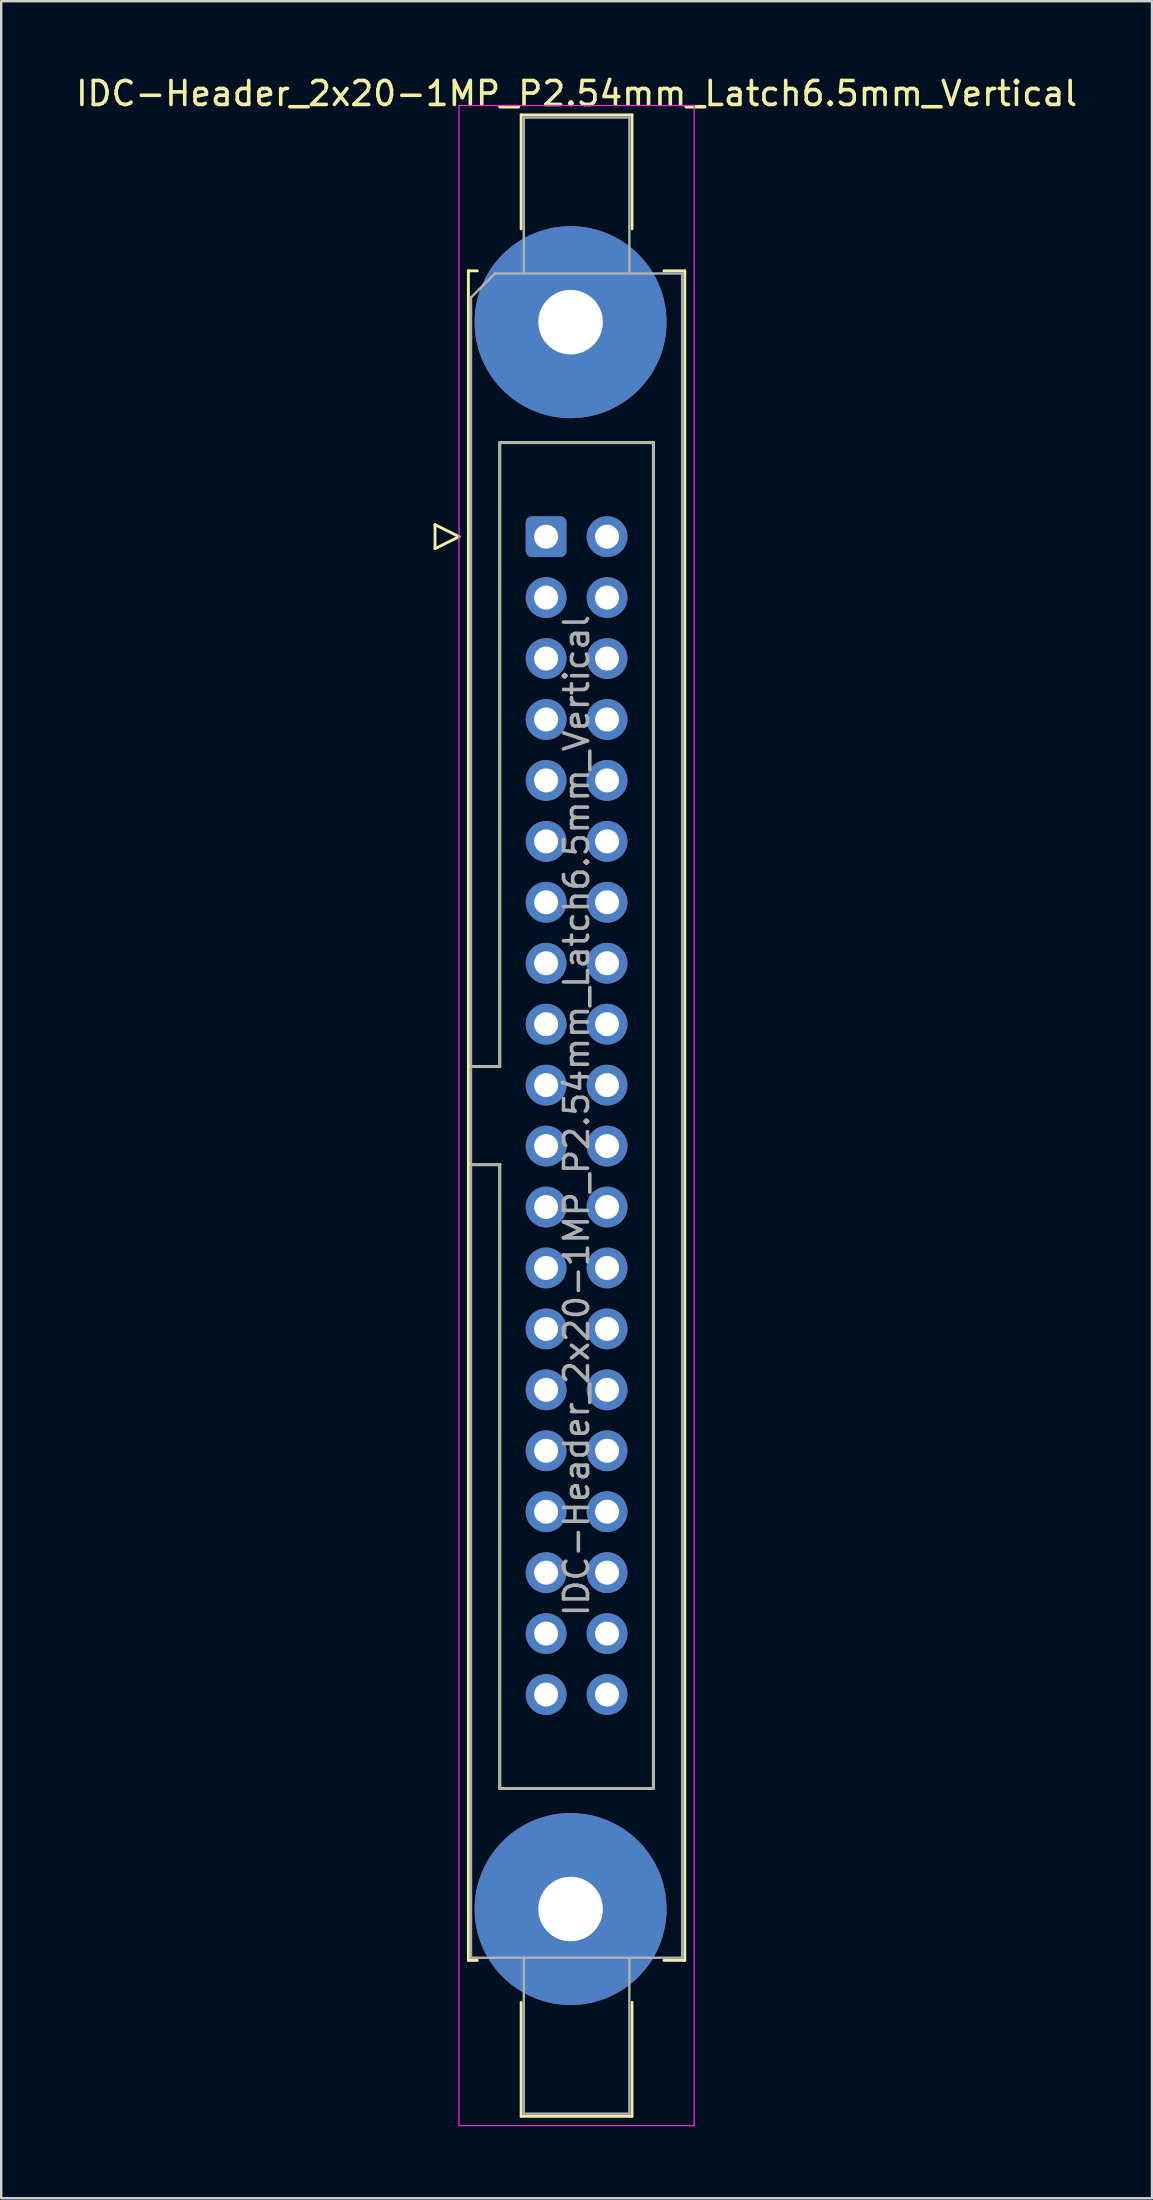
<source format=kicad_pcb>
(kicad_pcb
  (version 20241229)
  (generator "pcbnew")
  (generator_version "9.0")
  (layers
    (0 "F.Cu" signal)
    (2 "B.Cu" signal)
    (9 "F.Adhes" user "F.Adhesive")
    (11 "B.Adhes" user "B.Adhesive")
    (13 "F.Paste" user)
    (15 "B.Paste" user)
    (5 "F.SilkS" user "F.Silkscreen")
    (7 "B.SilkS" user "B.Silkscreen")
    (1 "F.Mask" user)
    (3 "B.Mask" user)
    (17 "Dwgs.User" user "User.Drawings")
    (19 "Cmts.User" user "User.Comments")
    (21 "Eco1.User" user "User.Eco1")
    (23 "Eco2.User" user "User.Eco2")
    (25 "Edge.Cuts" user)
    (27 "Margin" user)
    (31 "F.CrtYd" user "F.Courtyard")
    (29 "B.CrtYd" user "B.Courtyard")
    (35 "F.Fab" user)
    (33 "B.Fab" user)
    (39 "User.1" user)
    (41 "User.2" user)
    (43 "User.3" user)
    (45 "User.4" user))
  (footprint "IDC-Header_2x20-1MP_P2.54mm_Latch6.5mm_Vertical"
    (layer "F.Cu")
    (at 19.712 19.318)
    (property "Reference" "IDC-Header_2x20-1MP_P2.54mm_Latch6.5mm_Vertical" (at 1.27 -18.47 0) (layer "F.SilkS") (effects (font (size 1 1) (thickness 0.15))))
    (attr through_hole)
    (fp_line (start -4.63 -0.5) (end -4.63 0.5) (stroke (width 0.12) (type solid)) (layer "F.SilkS"))
    (fp_line (start -4.63 0.5) (end -3.63 0) (stroke (width 0.12) (type solid)) (layer "F.SilkS"))
    (fp_line (start -3.63 0) (end -4.63 -0.5) (stroke (width 0.12) (type solid)) (layer "F.SilkS"))
    (fp_line (start -3.24 -11.08) (end -3.24 59.34) (stroke (width 0.12) (type solid)) (layer "F.SilkS"))
    (fp_line (start -3.24 22.08) (end -1.93 22.08) (stroke (width 0.12) (type solid)) (layer "F.SilkS"))
    (fp_line (start -3.24 59.34) (end -2.87 59.34) (stroke (width 0.12) (type solid)) (layer "F.SilkS"))
    (fp_line (start -2.87 -11.08) (end -3.24 -11.08) (stroke (width 0.12) (type solid)) (layer "F.SilkS"))
    (fp_line (start -1.93 -3.92) (end 4.47 -3.92) (stroke (width 0.12) (type solid)) (layer "F.SilkS"))
    (fp_line (start -1.93 22.08) (end -1.93 -3.92) (stroke (width 0.12) (type solid)) (layer "F.SilkS"))
    (fp_line (start -1.93 26.18) (end -3.24 26.18) (stroke (width 0.12) (type solid)) (layer "F.SilkS"))
    (fp_line (start -1.93 26.18) (end -1.93 26.18) (stroke (width 0.12) (type solid)) (layer "F.SilkS"))
    (fp_line (start -1.93 52.18) (end -1.93 26.18) (stroke (width 0.12) (type solid)) (layer "F.SilkS"))
    (fp_line (start -1.04 -17.58) (end 3.58 -17.58) (stroke (width 0.12) (type solid)) (layer "F.SilkS"))
    (fp_line (start -1.04 -12.83) (end -1.04 -17.58) (stroke (width 0.12) (type solid)) (layer "F.SilkS"))
    (fp_line (start -1.04 61.09) (end -1.04 65.84) (stroke (width 0.12) (type solid)) (layer "F.SilkS"))
    (fp_line (start -1.04 65.84) (end 3.58 65.84) (stroke (width 0.12) (type solid)) (layer "F.SilkS"))
    (fp_line (start 3.58 -17.58) (end 3.58 -12.83) (stroke (width 0.12) (type solid)) (layer "F.SilkS"))
    (fp_line (start 3.58 65.84) (end 3.58 61.09) (stroke (width 0.12) (type solid)) (layer "F.SilkS"))
    (fp_line (start 4.47 -3.92) (end 4.47 52.18) (stroke (width 0.12) (type solid)) (layer "F.SilkS"))
    (fp_line (start 4.47 52.18) (end -1.93 52.18) (stroke (width 0.12) (type solid)) (layer "F.SilkS"))
    (fp_line (start 4.91 -11.08) (end 5.78 -11.08) (stroke (width 0.12) (type solid)) (layer "F.SilkS"))
    (fp_line (start 5.78 -11.08) (end 5.78 59.34) (stroke (width 0.12) (type solid)) (layer "F.SilkS"))
    (fp_line (start 5.78 59.34) (end 4.91 59.34) (stroke (width 0.12) (type solid)) (layer "F.SilkS"))
    (fp_line (start -3.63 -17.97) (end -3.63 66.23) (stroke (width 0.05) (type solid)) (layer "F.CrtYd"))
    (fp_line (start -3.63 66.23) (end 6.17 66.23) (stroke (width 0.05) (type solid)) (layer "F.CrtYd"))
    (fp_line (start 6.17 -17.97) (end -3.63 -17.97) (stroke (width 0.05) (type solid)) (layer "F.CrtYd"))
    (fp_line (start 6.17 66.23) (end 6.17 -17.97) (stroke (width 0.05) (type solid)) (layer "F.CrtYd"))
    (fp_line (start -3.13 -9.97) (end -2.13 -10.97) (stroke (width 0.1) (type solid)) (layer "F.Fab"))
    (fp_line (start -3.13 22.08) (end -1.93 22.08) (stroke (width 0.1) (type solid)) (layer "F.Fab"))
    (fp_line (start -3.13 59.23) (end -3.13 -9.97) (stroke (width 0.1) (type solid)) (layer "F.Fab"))
    (fp_line (start -2.13 -10.97) (end 5.67 -10.97) (stroke (width 0.1) (type solid)) (layer "F.Fab"))
    (fp_line (start -1.93 -3.92) (end 4.47 -3.92) (stroke (width 0.1) (type solid)) (layer "F.Fab"))
    (fp_line (start -1.93 22.08) (end -1.93 -3.92) (stroke (width 0.1) (type solid)) (layer "F.Fab"))
    (fp_line (start -1.93 26.18) (end -3.13 26.18) (stroke (width 0.1) (type solid)) (layer "F.Fab"))
    (fp_line (start -1.93 26.18) (end -1.93 26.18) (stroke (width 0.1) (type solid)) (layer "F.Fab"))
    (fp_line (start -1.93 52.18) (end -1.93 26.18) (stroke (width 0.1) (type solid)) (layer "F.Fab"))
    (fp_line (start -0.93 -17.47) (end 3.47 -17.47) (stroke (width 0.1) (type solid)) (layer "F.Fab"))
    (fp_line (start -0.93 -10.97) (end -0.93 -17.47) (stroke (width 0.1) (type solid)) (layer "F.Fab"))
    (fp_line (start -0.93 59.23) (end -0.93 65.73) (stroke (width 0.1) (type solid)) (layer "F.Fab"))
    (fp_line (start -0.93 65.73) (end 3.47 65.73) (stroke (width 0.1) (type solid)) (layer "F.Fab"))
    (fp_line (start 3.47 -17.47) (end 3.47 -10.97) (stroke (width 0.1) (type solid)) (layer "F.Fab"))
    (fp_line (start 3.47 65.73) (end 3.47 59.23) (stroke (width 0.1) (type solid)) (layer "F.Fab"))
    (fp_line (start 4.47 -3.92) (end 4.47 52.18) (stroke (width 0.1) (type solid)) (layer "F.Fab"))
    (fp_line (start 4.47 52.18) (end -1.93 52.18) (stroke (width 0.1) (type solid)) (layer "F.Fab"))
    (fp_line (start 5.67 -10.97) (end 5.67 59.23) (stroke (width 0.1) (type solid)) (layer "F.Fab"))
    (fp_line (start 5.67 59.23) (end -3.13 59.23) (stroke (width 0.1) (type solid)) (layer "F.Fab"))
    (fp_text user "${REFERENCE}" (at 1.27 24.13 90) (layer "F.Fab") (effects (font (size 1 1) (thickness 0.15))))
    (pad "1" thru_hole roundrect (at 0 0) (size 1.7 1.7) (drill 1) (layers "*.Cu" "*.Mask") (roundrect_rratio 0.147))
    (pad "2" thru_hole circle (at 2.54 0) (size 1.7 1.7) (drill 1) (layers "*.Cu" "*.Mask"))
    (pad "3" thru_hole circle (at 0 2.54) (size 1.7 1.7) (drill 1) (layers "*.Cu" "*.Mask"))
    (pad "4" thru_hole circle (at 2.54 2.54) (size 1.7 1.7) (drill 1) (layers "*.Cu" "*.Mask"))
    (pad "5" thru_hole circle (at 0 5.08) (size 1.7 1.7) (drill 1) (layers "*.Cu" "*.Mask"))
    (pad "6" thru_hole circle (at 2.54 5.08) (size 1.7 1.7) (drill 1) (layers "*.Cu" "*.Mask"))
    (pad "7" thru_hole circle (at 0 7.62) (size 1.7 1.7) (drill 1) (layers "*.Cu" "*.Mask"))
    (pad "8" thru_hole circle (at 2.54 7.62) (size 1.7 1.7) (drill 1) (layers "*.Cu" "*.Mask"))
    (pad "9" thru_hole circle (at 0 10.16) (size 1.7 1.7) (drill 1) (layers "*.Cu" "*.Mask"))
    (pad "10" thru_hole circle (at 2.54 10.16) (size 1.7 1.7) (drill 1) (layers "*.Cu" "*.Mask"))
    (pad "11" thru_hole circle (at 0 12.7) (size 1.7 1.7) (drill 1) (layers "*.Cu" "*.Mask"))
    (pad "12" thru_hole circle (at 2.54 12.7) (size 1.7 1.7) (drill 1) (layers "*.Cu" "*.Mask"))
    (pad "13" thru_hole circle (at 0 15.24) (size 1.7 1.7) (drill 1) (layers "*.Cu" "*.Mask"))
    (pad "14" thru_hole circle (at 2.54 15.24) (size 1.7 1.7) (drill 1) (layers "*.Cu" "*.Mask"))
    (pad "15" thru_hole circle (at 0 17.78) (size 1.7 1.7) (drill 1) (layers "*.Cu" "*.Mask"))
    (pad "16" thru_hole circle (at 2.54 17.78) (size 1.7 1.7) (drill 1) (layers "*.Cu" "*.Mask"))
    (pad "17" thru_hole circle (at 0 20.32) (size 1.7 1.7) (drill 1) (layers "*.Cu" "*.Mask"))
    (pad "18" thru_hole circle (at 2.54 20.32) (size 1.7 1.7) (drill 1) (layers "*.Cu" "*.Mask"))
    (pad "19" thru_hole circle (at 0 22.86) (size 1.7 1.7) (drill 1) (layers "*.Cu" "*.Mask"))
    (pad "20" thru_hole circle (at 2.54 22.86) (size 1.7 1.7) (drill 1) (layers "*.Cu" "*.Mask"))
    (pad "21" thru_hole circle (at 0 25.4) (size 1.7 1.7) (drill 1) (layers "*.Cu" "*.Mask"))
    (pad "22" thru_hole circle (at 2.54 25.4) (size 1.7 1.7) (drill 1) (layers "*.Cu" "*.Mask"))
    (pad "23" thru_hole circle (at 0 27.94) (size 1.7 1.7) (drill 1) (layers "*.Cu" "*.Mask"))
    (pad "24" thru_hole circle (at 2.54 27.94) (size 1.7 1.7) (drill 1) (layers "*.Cu" "*.Mask"))
    (pad "25" thru_hole circle (at 0 30.48) (size 1.7 1.7) (drill 1) (layers "*.Cu" "*.Mask"))
    (pad "26" thru_hole circle (at 2.54 30.48) (size 1.7 1.7) (drill 1) (layers "*.Cu" "*.Mask"))
    (pad "27" thru_hole circle (at 0 33.02) (size 1.7 1.7) (drill 1) (layers "*.Cu" "*.Mask"))
    (pad "28" thru_hole circle (at 2.54 33.02) (size 1.7 1.7) (drill 1) (layers "*.Cu" "*.Mask"))
    (pad "29" thru_hole circle (at 0 35.56) (size 1.7 1.7) (drill 1) (layers "*.Cu" "*.Mask"))
    (pad "30" thru_hole circle (at 2.54 35.56) (size 1.7 1.7) (drill 1) (layers "*.Cu" "*.Mask"))
    (pad "31" thru_hole circle (at 0 38.1) (size 1.7 1.7) (drill 1) (layers "*.Cu" "*.Mask"))
    (pad "32" thru_hole circle (at 2.54 38.1) (size 1.7 1.7) (drill 1) (layers "*.Cu" "*.Mask"))
    (pad "33" thru_hole circle (at 0 40.64) (size 1.7 1.7) (drill 1) (layers "*.Cu" "*.Mask"))
    (pad "34" thru_hole circle (at 2.54 40.64) (size 1.7 1.7) (drill 1) (layers "*.Cu" "*.Mask"))
    (pad "35" thru_hole circle (at 0 43.18) (size 1.7 1.7) (drill 1) (layers "*.Cu" "*.Mask"))
    (pad "36" thru_hole circle (at 2.54 43.18) (size 1.7 1.7) (drill 1) (layers "*.Cu" "*.Mask"))
    (pad "37" thru_hole circle (at 0 45.72) (size 1.7 1.7) (drill 1) (layers "*.Cu" "*.Mask"))
    (pad "38" thru_hole circle (at 2.54 45.72) (size 1.7 1.7) (drill 1) (layers "*.Cu" "*.Mask"))
    (pad "39" thru_hole circle (at 0 48.26) (size 1.7 1.7) (drill 1) (layers "*.Cu" "*.Mask"))
    (pad "40" thru_hole circle (at 2.54 48.26) (size 1.7 1.7) (drill 1) (layers "*.Cu" "*.Mask"))
    (pad "MP" thru_hole circle (at 1.02 -8.94) (size 8 8) (drill 2.69) (layers "*.Cu" "*.Mask"))
    (pad "MP" thru_hole circle (at 1.02 57.2) (size 8 8) (drill 2.69) (layers "*.Cu" "*.Mask")))
  (gr_rect
    (start -3 -3)
    (end 44.964 88.573)
    (stroke (width 0.1) (type default))
    (fill no)
    (layer "Edge.Cuts")))
</source>
